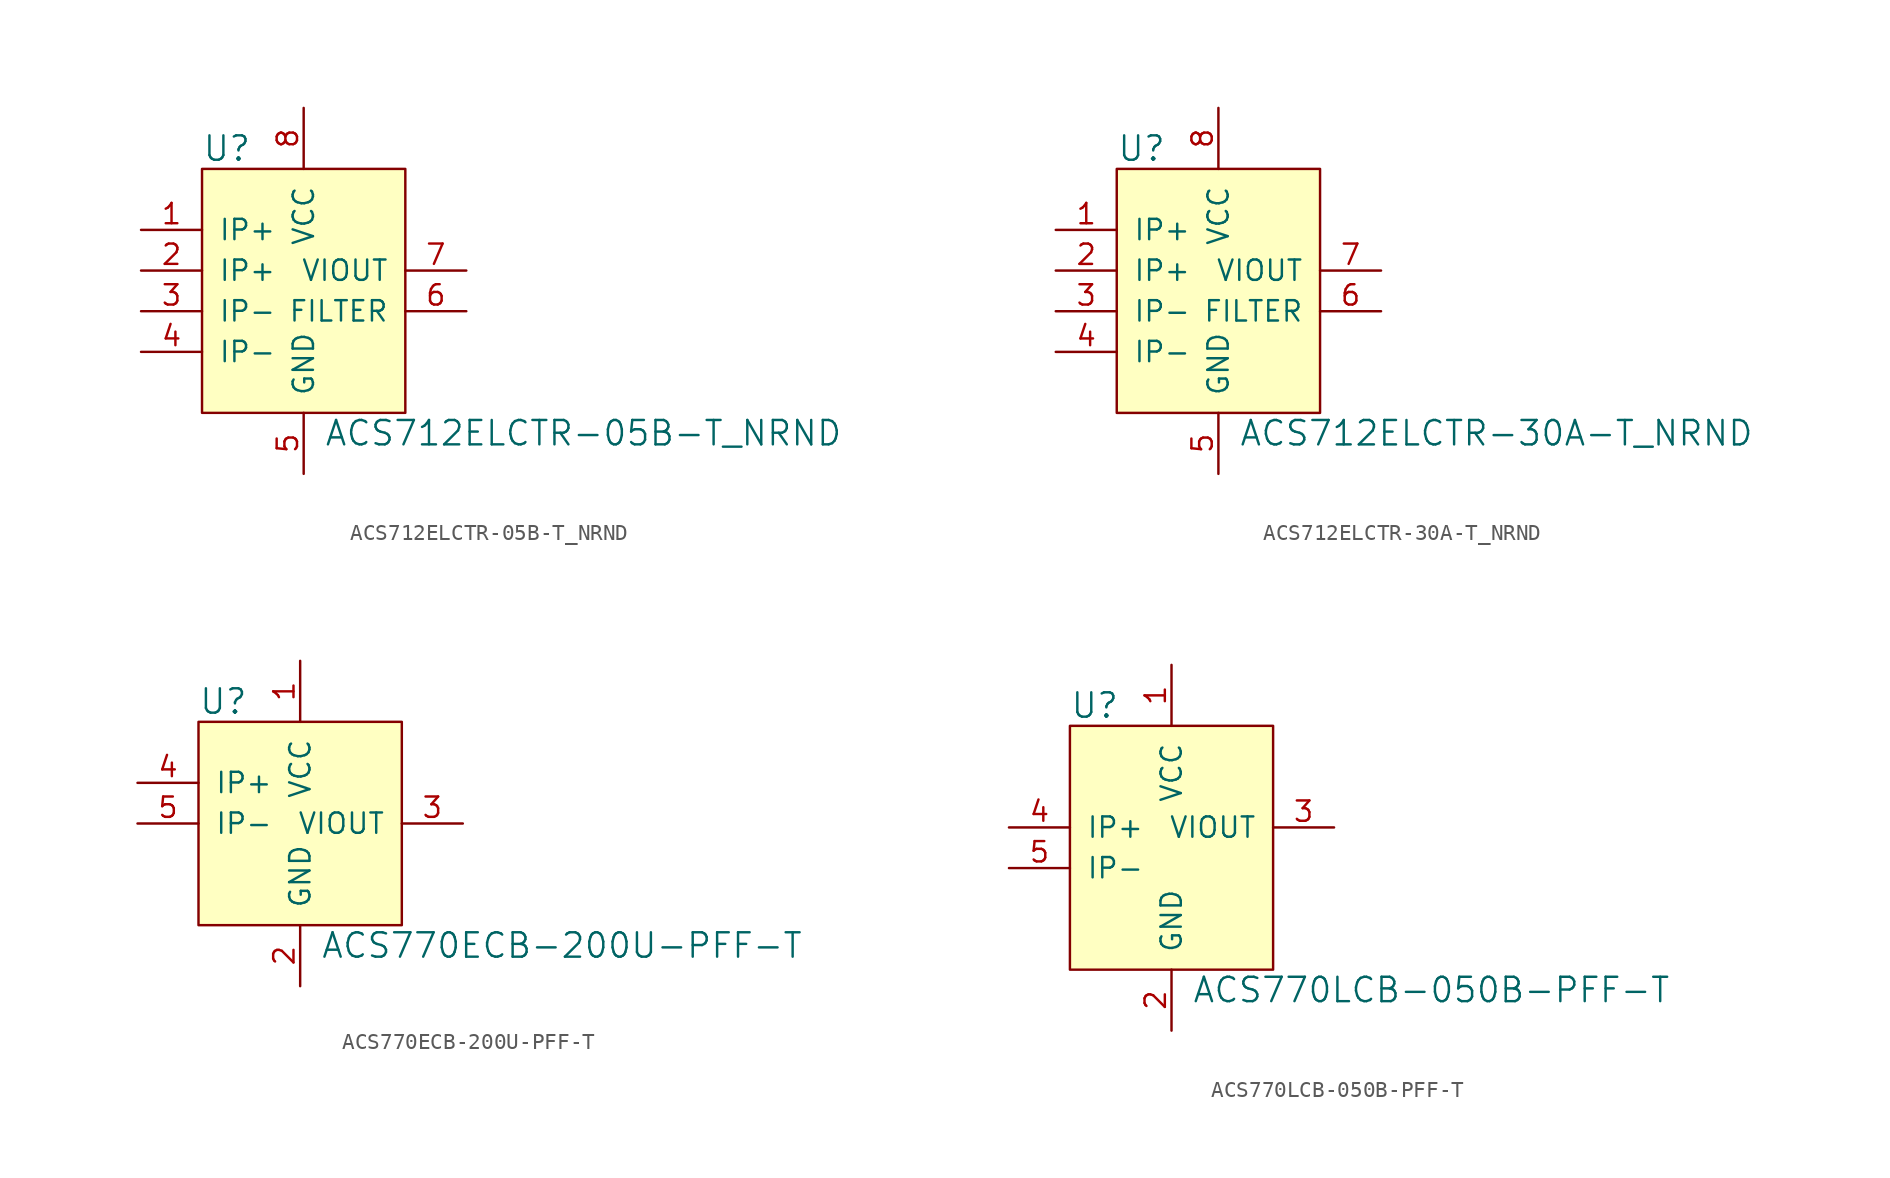
<source format=kicad_sym>
(kicad_symbol_lib
  (version 20201005)
  (generator kicad_symbol_editor)
  (symbol "ACS712ELCTR-05B-T_NRND"
    (pin_names
      (offset 1.016))
    (property "Reference" "U"
      (at -6.35 7.62 0)
      (effects (font (size 1.524 1.524)) (justify left)))
    (property "Value" "ACS712ELCTR-05B-T_NRND"
      (at 1.27 -10.16 0)
      (effects (font (size 1.524 1.524)) (justify left)))
    (symbol "ACS712ELCTR-05B-T_NRND_1_1"
      (rectangle (start -6.35 6.35) (end 6.35 -8.89) (stroke (width 0)) (fill (type background)))
      (pin input line (at -10.16 2.54 0) (length 3.81) (name "IP+" (effects (font (size 1.27 1.27)))) (number "1" (effects (font (size 1.27 1.27)))))
      (pin input line (at -10.16 0 0) (length 3.81) (name "IP+" (effects (font (size 1.27 1.27)))) (number "2" (effects (font (size 1.27 1.27)))))
      (pin input line (at -10.16 -2.54 0) (length 3.81) (name "IP-" (effects (font (size 1.27 1.27)))) (number "3" (effects (font (size 1.27 1.27)))))
      (pin input line (at -10.16 -5.08 0) (length 3.81) (name "IP-" (effects (font (size 1.27 1.27)))) (number "4" (effects (font (size 1.27 1.27)))))
      (pin power_in line (at 0 -12.7 90) (length 3.81) (name "GND" (effects (font (size 1.27 1.27)))) (number "5" (effects (font (size 1.27 1.27)))))
      (pin unspecified line (at 10.16 -2.54 180) (length 3.81) (name "FILTER" (effects (font (size 1.27 1.27)))) (number "6" (effects (font (size 1.27 1.27)))))
      (pin output line (at 10.16 0 180) (length 3.81) (name "VIOUT" (effects (font (size 1.27 1.27)))) (number "7" (effects (font (size 1.27 1.27)))))
      (pin power_in line (at 0 10.16 270) (length 3.81) (name "VCC" (effects (font (size 1.27 1.27)))) (number "8" (effects (font (size 1.27 1.27)))))))
  (symbol "ACS712ELCTR-30A-T_NRND"
    (pin_names
      (offset 1.016))
    (property "Reference" "U"
      (at -6.35 7.62 0)
      (effects (font (size 1.524 1.524)) (justify left)))
    (property "Value" "ACS712ELCTR-30A-T_NRND"
      (at 1.27 -10.16 0)
      (effects (font (size 1.524 1.524)) (justify left)))
    (symbol "ACS712ELCTR-30A-T_NRND_1_1"
      (rectangle (start -6.35 6.35) (end 6.35 -8.89) (stroke (width 0)) (fill (type background)))
      (pin input line (at -10.16 2.54 0) (length 3.81) (name "IP+" (effects (font (size 1.27 1.27)))) (number "1" (effects (font (size 1.27 1.27)))))
      (pin input line (at -10.16 0 0) (length 3.81) (name "IP+" (effects (font (size 1.27 1.27)))) (number "2" (effects (font (size 1.27 1.27)))))
      (pin input line (at -10.16 -2.54 0) (length 3.81) (name "IP-" (effects (font (size 1.27 1.27)))) (number "3" (effects (font (size 1.27 1.27)))))
      (pin input line (at -10.16 -5.08 0) (length 3.81) (name "IP-" (effects (font (size 1.27 1.27)))) (number "4" (effects (font (size 1.27 1.27)))))
      (pin power_in line (at 0 -12.7 90) (length 3.81) (name "GND" (effects (font (size 1.27 1.27)))) (number "5" (effects (font (size 1.27 1.27)))))
      (pin unspecified line (at 10.16 -2.54 180) (length 3.81) (name "FILTER" (effects (font (size 1.27 1.27)))) (number "6" (effects (font (size 1.27 1.27)))))
      (pin output line (at 10.16 0 180) (length 3.81) (name "VIOUT" (effects (font (size 1.27 1.27)))) (number "7" (effects (font (size 1.27 1.27)))))
      (pin power_in line (at 0 10.16 270) (length 3.81) (name "VCC" (effects (font (size 1.27 1.27)))) (number "8" (effects (font (size 1.27 1.27)))))))
  (symbol "ACS770ECB-200U-PFF-T"
    (pin_names
      (offset 1.016))
    (property "Reference" "U"
      (at -6.35 7.62 0)
      (effects (font (size 1.524 1.524)) (justify left)))
    (property "Value" "ACS770ECB-200U-PFF-T"
      (at 1.27 -7.62 0)
      (effects (font (size 1.524 1.524)) (justify left)))
    (symbol "ACS770ECB-200U-PFF-T_1_1"
      (rectangle (start -6.35 6.35) (end 6.35 -6.35) (stroke (width 0)) (fill (type background)))
      (pin power_in line (at 0 10.16 270) (length 3.81) (name "VCC" (effects (font (size 1.27 1.27)))) (number "1" (effects (font (size 1.27 1.27)))))
      (pin power_in line (at 0 -10.16 90) (length 3.81) (name "GND" (effects (font (size 1.27 1.27)))) (number "2" (effects (font (size 1.27 1.27)))))
      (pin output line (at 10.16 0 180) (length 3.81) (name "VIOUT" (effects (font (size 1.27 1.27)))) (number "3" (effects (font (size 1.27 1.27)))))
      (pin input line (at -10.16 2.54 0) (length 3.81) (name "IP+" (effects (font (size 1.27 1.27)))) (number "4" (effects (font (size 1.27 1.27)))))
      (pin input line (at -10.16 0 0) (length 3.81) (name "IP-" (effects (font (size 1.27 1.27)))) (number "5" (effects (font (size 1.27 1.27)))))))
  (symbol "ACS770LCB-050B-PFF-T"
    (pin_names
      (offset 1.016))
    (property "Reference" "U"
      (at -6.35 7.62 0)
      (effects (font (size 1.524 1.524)) (justify left)))
    (property "Value" "ACS770LCB-050B-PFF-T"
      (at 1.27 -10.16 0)
      (effects (font (size 1.524 1.524)) (justify left)))
    (symbol "ACS770LCB-050B-PFF-T_1_1"
      (rectangle (start -6.35 6.35) (end 6.35 -8.89) (stroke (width 0)) (fill (type background)))
      (pin power_in line (at 0 10.16 270) (length 3.81) (name "VCC" (effects (font (size 1.27 1.27)))) (number "1" (effects (font (size 1.27 1.27)))))
      (pin power_in line (at 0 -12.7 90) (length 3.81) (name "GND" (effects (font (size 1.27 1.27)))) (number "2" (effects (font (size 1.27 1.27)))))
      (pin output line (at 10.16 0 180) (length 3.81) (name "VIOUT" (effects (font (size 1.27 1.27)))) (number "3" (effects (font (size 1.27 1.27)))))
      (pin input line (at -10.16 0 0) (length 3.81) (name "IP+" (effects (font (size 1.27 1.27)))) (number "4" (effects (font (size 1.27 1.27)))))
      (pin input line (at -10.16 -2.54 0) (length 3.81) (name "IP-" (effects (font (size 1.27 1.27)))) (number "5" (effects (font (size 1.27 1.27))))))))
</source>
